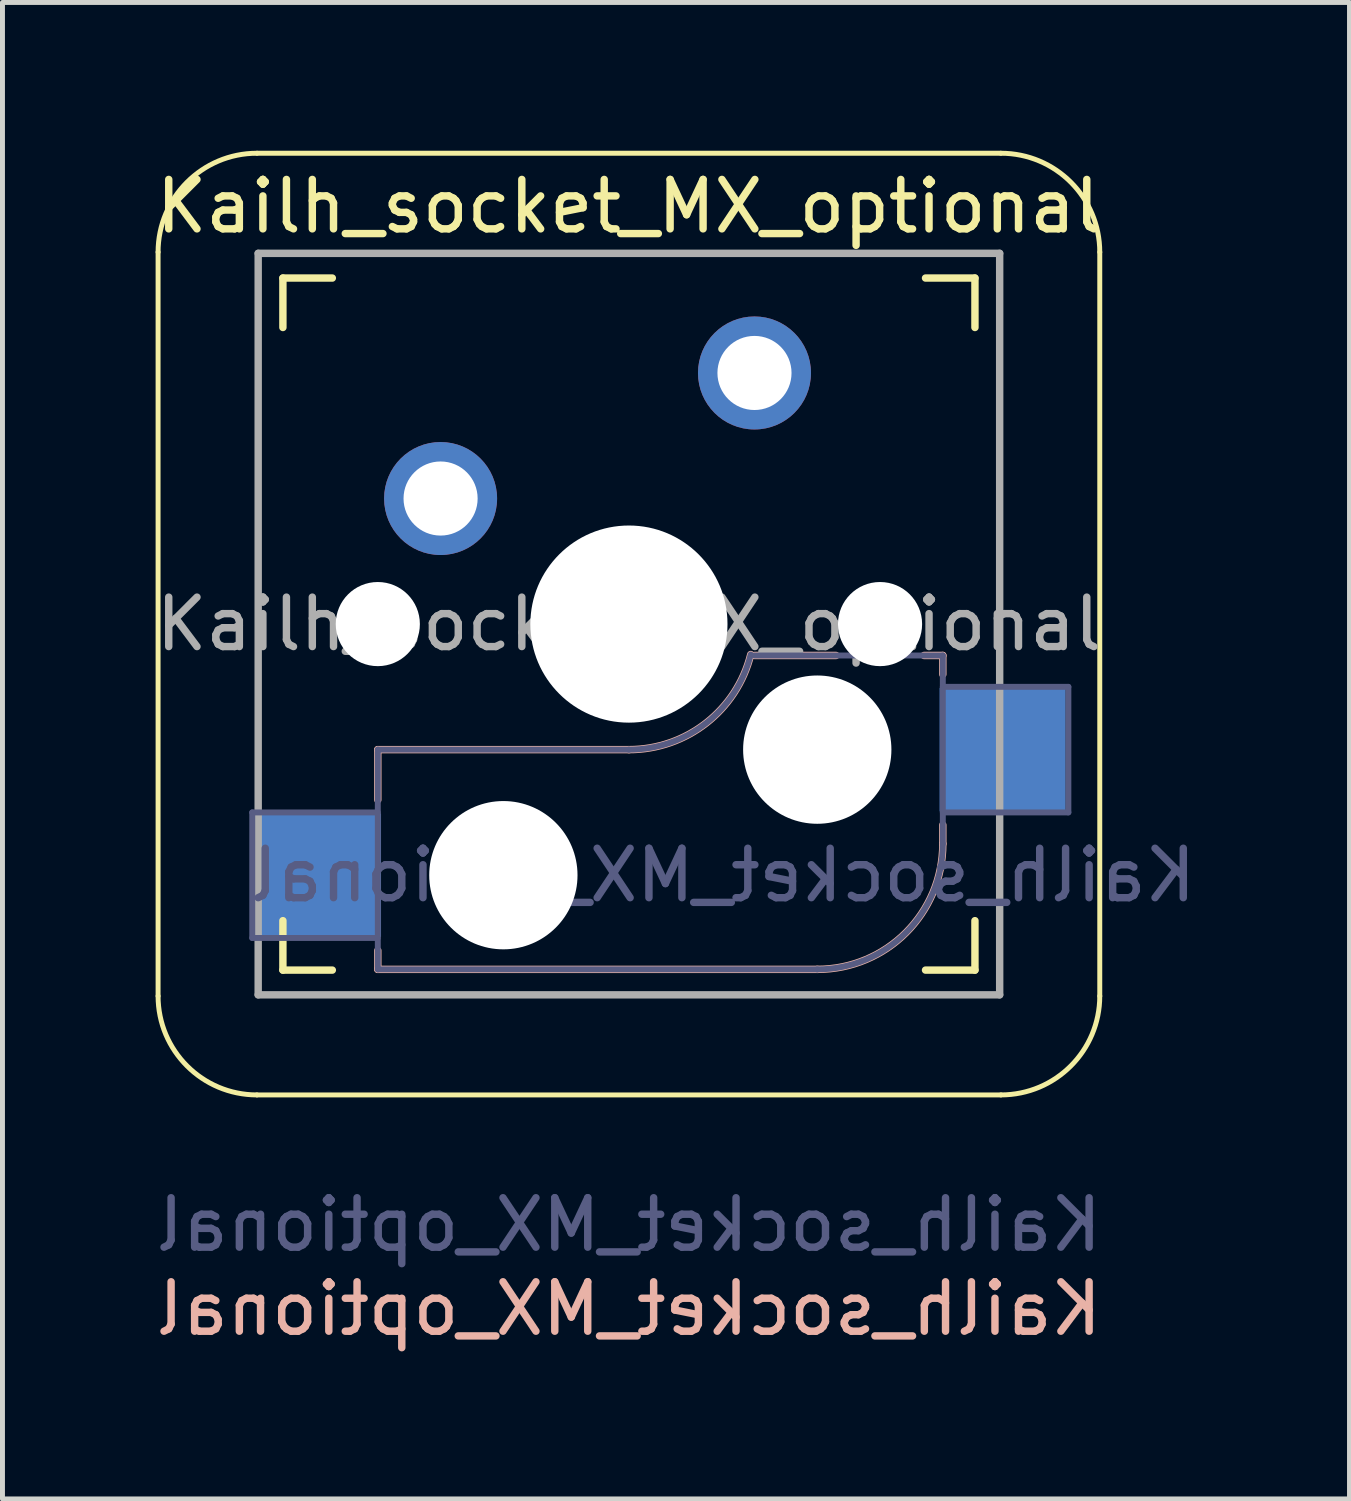
<source format=kicad_pcb>
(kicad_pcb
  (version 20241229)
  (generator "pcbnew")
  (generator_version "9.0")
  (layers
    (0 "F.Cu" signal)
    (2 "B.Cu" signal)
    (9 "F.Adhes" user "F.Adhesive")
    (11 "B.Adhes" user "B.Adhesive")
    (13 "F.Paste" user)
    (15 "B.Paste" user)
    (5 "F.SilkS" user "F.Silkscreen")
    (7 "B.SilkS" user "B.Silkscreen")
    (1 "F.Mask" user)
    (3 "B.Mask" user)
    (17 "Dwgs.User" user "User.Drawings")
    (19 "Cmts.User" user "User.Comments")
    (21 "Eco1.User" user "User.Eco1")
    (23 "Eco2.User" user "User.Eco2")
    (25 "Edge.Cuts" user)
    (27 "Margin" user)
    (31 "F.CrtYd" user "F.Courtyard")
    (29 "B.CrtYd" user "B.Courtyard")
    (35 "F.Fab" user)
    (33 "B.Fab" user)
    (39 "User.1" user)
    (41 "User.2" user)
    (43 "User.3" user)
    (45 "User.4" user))
  (footprint "Kailh_socket_MX_optional"
    (layer "F.Cu")
    (at 9.673 9.575)
    (property "Reference" "Kailh_socket_MX_optional" (at 0 -8.45 0) (layer "F.SilkS") (effects (font (size 1 1) (thickness 0.15))))
    (property "Value" "Kailh_socket_MX_optional" (at 0 10.55 0) (layer "F.Fab") (hide yes) (effects (font (size 1 1) (thickness 0.15))))
    (attr through_hole)
    (fp_line (start -9.525 7.525) (end -9.525 -7.525) (stroke (width 0.1) (type default)) (layer "F.SilkS"))
    (fp_line (start -7.525 -9.525) (end 7.525 -9.525) (stroke (width 0.1) (type default)) (layer "F.SilkS"))
    (fp_line (start -7 -6) (end -7 -7) (stroke (width 0.15) (type solid)) (layer "F.SilkS"))
    (fp_line (start -7 7) (end -7 6) (stroke (width 0.15) (type solid)) (layer "F.SilkS"))
    (fp_line (start -7 7) (end -6 7) (stroke (width 0.15) (type solid)) (layer "F.SilkS"))
    (fp_line (start -6 -7) (end -7 -7) (stroke (width 0.15) (type solid)) (layer "F.SilkS"))
    (fp_line (start 6 7) (end 7 7) (stroke (width 0.15) (type solid)) (layer "F.SilkS"))
    (fp_line (start 7 -7) (end 6 -7) (stroke (width 0.15) (type solid)) (layer "F.SilkS"))
    (fp_line (start 7 -7) (end 7 -6) (stroke (width 0.15) (type solid)) (layer "F.SilkS"))
    (fp_line (start 7 6) (end 7 7) (stroke (width 0.15) (type solid)) (layer "F.SilkS"))
    (fp_line (start 7.525 9.525) (end -7.525 9.525) (stroke (width 0.1) (type default)) (layer "F.SilkS"))
    (fp_line (start 9.525 -7.525) (end 9.525 7.525) (stroke (width 0.1) (type default)) (layer "F.SilkS"))
    (fp_arc (start -9.525 -7.525) (mid -8.939214 -8.939214) (end -7.525 -9.525) (stroke (width 0.1) (type default)) (layer "F.SilkS"))
    (fp_arc (start -7.525 9.525) (mid -8.939214 8.939214) (end -9.525 7.525) (stroke (width 0.1) (type default)) (layer "F.SilkS"))
    (fp_arc (start 7.525 -9.525) (mid 8.939214 -8.939214) (end 9.525 -7.525) (stroke (width 0.1) (type default)) (layer "F.SilkS"))
    (fp_arc (start 9.525 7.525) (mid 8.939214 8.939214) (end 7.525 9.525) (stroke (width 0.1) (type default)) (layer "F.SilkS"))
    (fp_line (start -5.08 2.54) (end -5.08 3.556) (stroke (width 0.15) (type solid)) (layer "B.SilkS"))
    (fp_line (start -5.08 6.604) (end -5.08 6.985) (stroke (width 0.15) (type solid)) (layer "B.SilkS"))
    (fp_line (start -5.08 6.985) (end 3.81 6.985) (stroke (width 0.15) (type solid)) (layer "B.SilkS"))
    (fp_line (start 0 2.54) (end -5.08 2.54) (stroke (width 0.15) (type solid)) (layer "B.SilkS"))
    (fp_line (start 4.191 0.635) (end 2.54 0.635) (stroke (width 0.15) (type solid)) (layer "B.SilkS"))
    (fp_line (start 6.35 0.635) (end 5.969 0.635) (stroke (width 0.15) (type solid)) (layer "B.SilkS"))
    (fp_line (start 6.35 1.016) (end 6.35 0.635) (stroke (width 0.15) (type solid)) (layer "B.SilkS"))
    (fp_line (start 6.35 4.445) (end 6.35 4.064) (stroke (width 0.15) (type solid)) (layer "B.SilkS"))
    (fp_arc (start 2.464162 0.61604) (mid 1.563147 2.002042) (end 0 2.54) (stroke (width 0.15) (type solid)) (layer "B.SilkS"))
    (fp_arc (start 6.35 4.445) (mid 5.606051 6.241051) (end 3.81 6.985) (stroke (width 0.15) (type solid)) (layer "B.SilkS"))
    (fp_line (start -6.9 6.9) (end -6.9 -6.9) (stroke (width 0.15) (type solid)) (layer "Eco2.User"))
    (fp_line (start -6.9 6.9) (end 6.9 6.9) (stroke (width 0.15) (type solid)) (layer "Eco2.User"))
    (fp_line (start 6.9 -6.9) (end -6.9 -6.9) (stroke (width 0.15) (type solid)) (layer "Eco2.User"))
    (fp_line (start 6.9 -6.9) (end 6.9 6.9) (stroke (width 0.15) (type solid)) (layer "Eco2.User"))
    (fp_line (start -7.62 3.81) (end -7.62 6.35) (stroke (width 0.12) (type solid)) (layer "B.Fab"))
    (fp_line (start -7.62 6.35) (end -5.08 6.35) (stroke (width 0.12) (type solid)) (layer "B.Fab"))
    (fp_line (start -5.08 2.54) (end -5.08 6.985) (stroke (width 0.12) (type solid)) (layer "B.Fab"))
    (fp_line (start -5.08 3.81) (end -7.62 3.81) (stroke (width 0.12) (type solid)) (layer "B.Fab"))
    (fp_line (start -5.08 6.985) (end 3.81 6.985) (stroke (width 0.12) (type solid)) (layer "B.Fab"))
    (fp_line (start 0 2.54) (end -5.08 2.54) (stroke (width 0.12) (type solid)) (layer "B.Fab"))
    (fp_line (start 6.35 0.635) (end 2.54 0.635) (stroke (width 0.12) (type solid)) (layer "B.Fab"))
    (fp_line (start 6.35 3.81) (end 8.89 3.81) (stroke (width 0.12) (type solid)) (layer "B.Fab"))
    (fp_line (start 6.35 4.445) (end 6.35 0.635) (stroke (width 0.12) (type solid)) (layer "B.Fab"))
    (fp_line (start 8.89 1.27) (end 6.35 1.27) (stroke (width 0.12) (type solid)) (layer "B.Fab"))
    (fp_line (start 8.89 3.81) (end 8.89 1.27) (stroke (width 0.12) (type solid)) (layer "B.Fab"))
    (fp_arc (start 2.464162 0.61604) (mid 1.563147 2.002042) (end 0 2.54) (stroke (width 0.12) (type solid)) (layer "B.Fab"))
    (fp_arc (start 6.35 4.445) (mid 5.606051 6.241051) (end 3.81 6.985) (stroke (width 0.12) (type solid)) (layer "B.Fab"))
    (fp_line (start -7.5 -7.5) (end 7.5 -7.5) (stroke (width 0.15) (type solid)) (layer "F.Fab"))
    (fp_line (start -7.5 7.5) (end -7.5 -7.5) (stroke (width 0.15) (type solid)) (layer "F.Fab"))
    (fp_line (start 7.5 -7.5) (end 7.5 7.5) (stroke (width 0.15) (type solid)) (layer "F.Fab"))
    (fp_line (start 7.5 7.5) (end -7.5 7.5) (stroke (width 0.15) (type solid)) (layer "F.Fab"))
    (fp_text user "${REFERENCE}" (at 0 13.85 0) (layer "B.SilkS") (effects (font (size 1 1) (thickness 0.15)) (justify mirror)))
    (fp_text user "${REFERENCE}" (at 1.905 5.08 0) (layer "B.Fab") (effects (font (size 1 1) (thickness 0.15)) (justify mirror)))
    (fp_text user "${VALUE}" (at 0 12.15 0) (layer "B.Fab") (effects (font (size 1 1) (thickness 0.15)) (justify mirror)))
    (fp_text user "${REFERENCE}" (at 0 0 0) (layer "F.Fab") (effects (font (size 1 1) (thickness 0.15))))
    (pad "" np_thru_hole circle (at -5.08 0) (size 1.702 1.702) (drill 1.702) (layers "*.Cu" "*.Mask"))
    (pad "" np_thru_hole circle (at -2.54 5.08) (size 3 3) (drill 3) (layers "*.Cu" "*.Mask"))
    (pad "" np_thru_hole circle (at 0 0) (size 3.988 3.988) (drill 3.988) (layers "*.Cu" "*.Mask"))
    (pad "" np_thru_hole circle (at 3.81 2.54) (size 3 3) (drill 3) (layers "*.Cu" "*.Mask"))
    (pad "" np_thru_hole circle (at 5.08 0) (size 1.702 1.702) (drill 1.702) (layers "*.Cu" "*.Mask"))
    (pad "1" smd rect (at -6.29 5.08) (size 2.55 2.5) (layers "B.Cu" "B.Mask" "B.Paste"))
    (pad "1" thru_hole circle (at 2.54 -5.08) (size 2.286 2.286) (drill 1.499) (layers "*.Cu" "*.Mask"))
    (pad "2" thru_hole circle (at -3.81 -2.54) (size 2.286 2.286) (drill 1.499) (layers "*.Cu" "*.Mask"))
    (pad "2" smd rect (at 7.56 2.54) (size 2.55 2.5) (layers "B.Cu" "B.Mask" "B.Paste")))
  (gr_rect
    (start -3 -3)
    (end 24.25 27.273)
    (stroke (width 0.1) (type default))
    (fill no)
    (layer "Edge.Cuts")))
</source>
